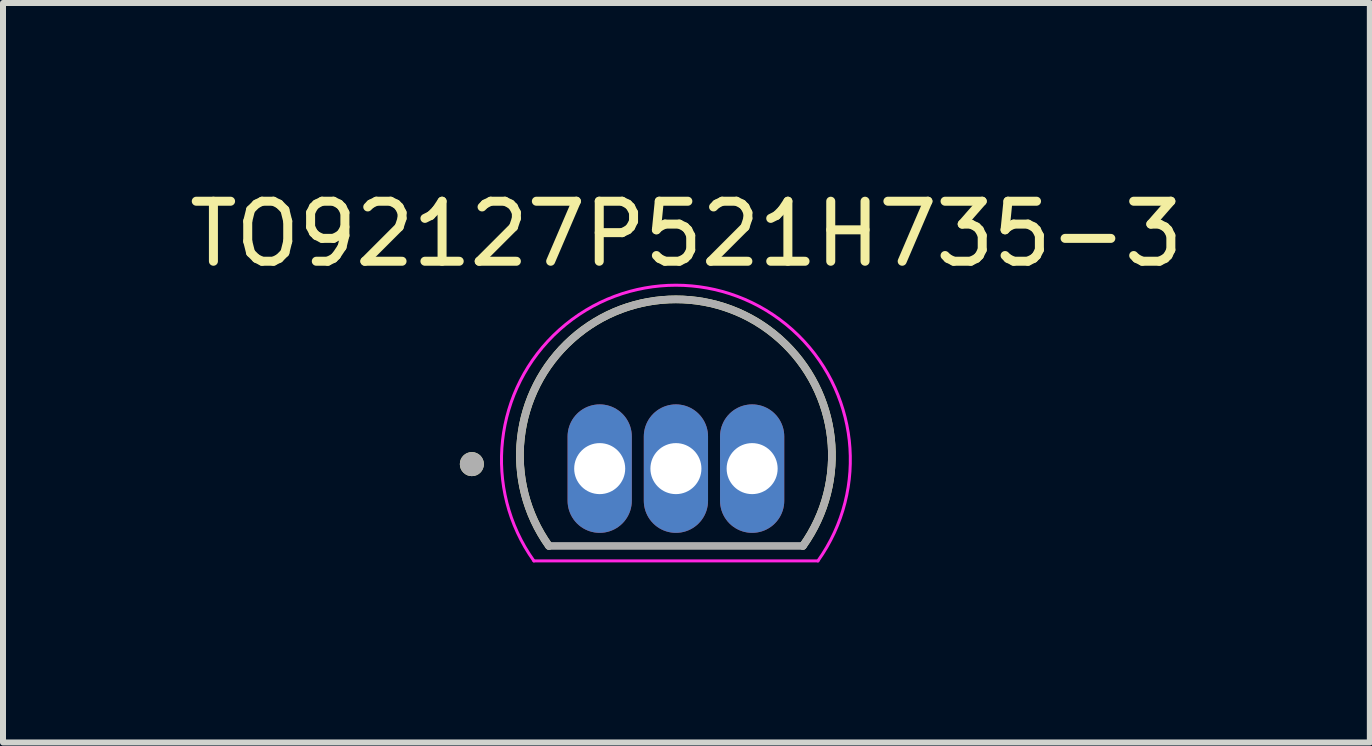
<source format=kicad_pcb>
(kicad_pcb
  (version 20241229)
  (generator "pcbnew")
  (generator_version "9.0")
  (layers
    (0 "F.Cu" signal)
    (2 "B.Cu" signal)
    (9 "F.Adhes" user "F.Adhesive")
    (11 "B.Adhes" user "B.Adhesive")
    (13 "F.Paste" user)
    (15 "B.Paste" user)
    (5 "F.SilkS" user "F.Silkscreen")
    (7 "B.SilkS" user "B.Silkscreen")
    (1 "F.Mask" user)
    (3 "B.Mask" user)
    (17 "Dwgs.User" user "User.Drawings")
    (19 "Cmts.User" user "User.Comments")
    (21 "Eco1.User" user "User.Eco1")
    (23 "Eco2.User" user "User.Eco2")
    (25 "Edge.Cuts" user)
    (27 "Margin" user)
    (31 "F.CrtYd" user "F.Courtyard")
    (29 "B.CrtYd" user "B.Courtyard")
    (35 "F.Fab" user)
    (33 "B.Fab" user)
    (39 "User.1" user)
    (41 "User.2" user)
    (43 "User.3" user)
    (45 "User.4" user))
  (footprint "TO92127P521H735-3"
    (layer "F.Cu")
    (at 8.212 3.983)
    (property "Reference" "TO92127P521H735-3" (at 0.175 -3.135 0) (layer "F.SilkS") (effects (font (size 1 1) (thickness 0.15))))
    (attr through_hole)
    (fp_arc (start -2.116 2.063) (mid 0 -2.045468) (end 2.116 2.063) (stroke (width 0.127) (type solid)) (layer "F.SilkS"))
    (fp_circle (center -3.4 0.7) (end -3.3 0.7) (stroke (width 0.2) (type solid)) (fill no) (layer "F.SilkS"))
    (fp_line (start -2.366 2.313) (end 2.366 2.313) (stroke (width 0.05) (type solid)) (layer "F.CrtYd"))
    (fp_arc (start -2.366 2.313001) (mid 0 -2.280873) (end 2.366 2.313) (stroke (width 0.05) (type solid)) (layer "F.CrtYd"))
    (fp_line (start -2.116 2.063) (end 2.116 2.063) (stroke (width 0.127) (type solid)) (layer "F.Fab"))
    (fp_arc (start -2.116 2.063) (mid 0 -2.045468) (end 2.116 2.063) (stroke (width 0.127) (type solid)) (layer "F.Fab"))
    (fp_circle (center -3.4 0.7) (end -3.3 0.7) (stroke (width 0.2) (type solid)) (fill no) (layer "F.Fab"))
    (pad "1" thru_hole oval (at -1.27 0.775) (size 1.07 2.14) (drill 0.85) (layers "*.Cu" "*.Mask"))
    (pad "2" thru_hole oval (at 0 0.775) (size 1.07 2.14) (drill 0.85) (layers "*.Cu" "*.Mask"))
    (pad "3" thru_hole oval (at 1.27 0.775) (size 1.07 2.14) (drill 0.85) (layers "*.Cu" "*.Mask")))
  (gr_rect
    (start -3 -3)
    (end 19.774 9.321)
    (stroke (width 0.1) (type default))
    (fill no)
    (layer "Edge.Cuts")))
</source>
